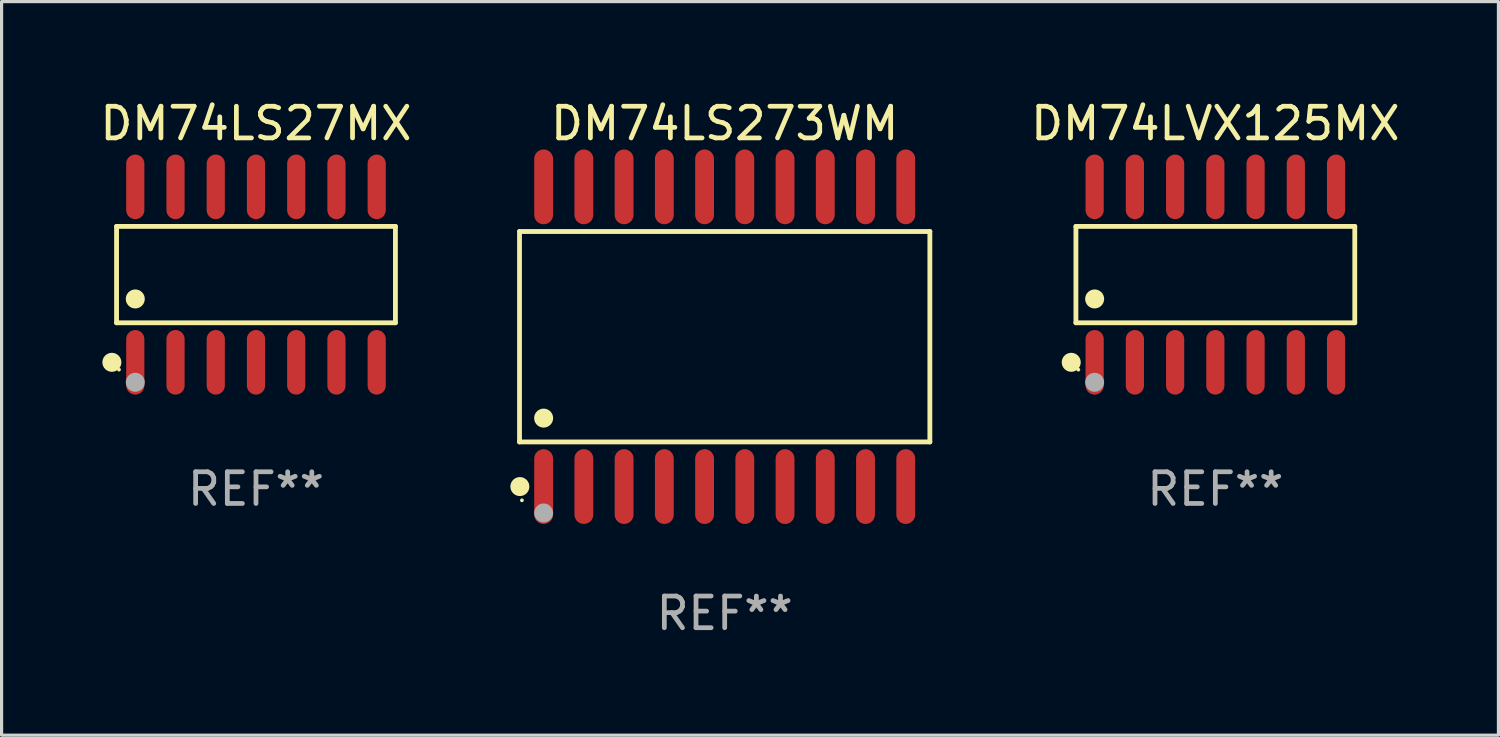
<source format=kicad_pcb>
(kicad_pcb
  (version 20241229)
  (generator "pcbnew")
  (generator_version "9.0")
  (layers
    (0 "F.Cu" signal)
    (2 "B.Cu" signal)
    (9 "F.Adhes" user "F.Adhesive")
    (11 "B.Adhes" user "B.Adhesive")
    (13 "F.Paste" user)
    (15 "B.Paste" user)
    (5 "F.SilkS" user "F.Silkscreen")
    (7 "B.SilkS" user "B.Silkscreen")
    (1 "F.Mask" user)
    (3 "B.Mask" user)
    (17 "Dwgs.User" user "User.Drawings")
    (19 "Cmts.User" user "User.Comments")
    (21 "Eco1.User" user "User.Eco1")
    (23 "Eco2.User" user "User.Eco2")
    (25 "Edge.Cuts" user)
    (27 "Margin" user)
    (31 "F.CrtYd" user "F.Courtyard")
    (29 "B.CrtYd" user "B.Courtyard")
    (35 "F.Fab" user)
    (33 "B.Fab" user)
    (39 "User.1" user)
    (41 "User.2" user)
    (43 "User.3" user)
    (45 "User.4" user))
  (footprint "DM74LS27MX"
    (layer "F.Cu")
    (at 5.03 5.617)
    (property "Reference" "DM74LS27MX" (at 0 -4.769 0) (layer "F.SilkS") (effects (font (size 1 1) (thickness 0.15))))
    (attr through_hole)
    (fp_line (start -4.401 -1.521) (end 4.401 -1.521) (stroke (width 0.152) (type solid)) (layer "F.SilkS"))
    (fp_line (start -4.401 1.521) (end -4.401 -1.521) (stroke (width 0.152) (type solid)) (layer "F.SilkS"))
    (fp_line (start 4.401 -1.521) (end 4.401 1.521) (stroke (width 0.152) (type solid)) (layer "F.SilkS"))
    (fp_line (start 4.401 1.521) (end -4.401 1.521) (stroke (width 0.152) (type solid)) (layer "F.SilkS"))
    (fp_circle (center -4.549 2.769) (end -4.399 2.769) (stroke (width 0.3) (type solid)) (fill no) (layer "F.SilkS"))
    (fp_circle (center -4.325 3) (end -4.295 3) (stroke (width 0.06) (type solid)) (fill no) (layer "F.SilkS"))
    (fp_circle (center -3.81 0.769) (end -3.66 0.769) (stroke (width 0.3) (type solid)) (fill no) (layer "F.SilkS"))
    (fp_circle (center -3.81 3.4) (end -3.66 3.4) (stroke (width 0.3) (type solid)) (fill no) (layer "F.Fab"))
    (fp_text user "REF**" (at 0 6.769 0) (layer "F.Fab") (effects (font (size 1 1) (thickness 0.15))))
    (pad "1" smd oval (at -3.81 2.769) (size 0.574 2.038) (layers "F.Cu" "F.Mask" "F.Paste"))
    (pad "2" smd oval (at -2.54 2.769) (size 0.574 2.038) (layers "F.Cu" "F.Mask" "F.Paste"))
    (pad "3" smd oval (at -1.27 2.769) (size 0.574 2.038) (layers "F.Cu" "F.Mask" "F.Paste"))
    (pad "4" smd oval (at 0 2.769) (size 0.574 2.038) (layers "F.Cu" "F.Mask" "F.Paste"))
    (pad "5" smd oval (at 1.27 2.769) (size 0.574 2.038) (layers "F.Cu" "F.Mask" "F.Paste"))
    (pad "6" smd oval (at 2.54 2.769) (size 0.574 2.038) (layers "F.Cu" "F.Mask" "F.Paste"))
    (pad "7" smd oval (at 3.81 2.769) (size 0.574 2.038) (layers "F.Cu" "F.Mask" "F.Paste"))
    (pad "8" smd oval (at 3.81 -2.769) (size 0.574 2.038) (layers "F.Cu" "F.Mask" "F.Paste"))
    (pad "9" smd oval (at 2.54 -2.769) (size 0.574 2.038) (layers "F.Cu" "F.Mask" "F.Paste"))
    (pad "10" smd oval (at 1.27 -2.769) (size 0.574 2.038) (layers "F.Cu" "F.Mask" "F.Paste"))
    (pad "11" smd oval (at 0 -2.769) (size 0.574 2.038) (layers "F.Cu" "F.Mask" "F.Paste"))
    (pad "12" smd oval (at -1.27 -2.769) (size 0.574 2.038) (layers "F.Cu" "F.Mask" "F.Paste"))
    (pad "13" smd oval (at -2.54 -2.769) (size 0.574 2.038) (layers "F.Cu" "F.Mask" "F.Paste"))
    (pad "14" smd oval (at -3.81 -2.769) (size 0.574 2.038) (layers "F.Cu" "F.Mask" "F.Paste")))
  (footprint "DM74LS273WM"
    (layer "F.Cu")
    (at 19.824 7.578)
    (property "Reference" "DM74LS273WM" (at 0 -6.73 0) (layer "F.SilkS") (effects (font (size 1 1) (thickness 0.15))))
    (attr through_hole)
    (fp_line (start -6.476 -3.321) (end 6.476 -3.321) (stroke (width 0.152) (type solid)) (layer "F.SilkS"))
    (fp_line (start -6.476 3.321) (end -6.476 -3.321) (stroke (width 0.152) (type solid)) (layer "F.SilkS"))
    (fp_line (start 6.476 -3.321) (end 6.476 3.321) (stroke (width 0.152) (type solid)) (layer "F.SilkS"))
    (fp_line (start 6.476 3.321) (end -6.476 3.321) (stroke (width 0.152) (type solid)) (layer "F.SilkS"))
    (fp_circle (center -6.465 4.73) (end -6.315 4.73) (stroke (width 0.3) (type solid)) (fill no) (layer "F.SilkS"))
    (fp_circle (center -6.4 5.163) (end -6.37 5.163) (stroke (width 0.06) (type solid)) (fill no) (layer "F.SilkS"))
    (fp_circle (center -5.715 2.569) (end -5.565 2.569) (stroke (width 0.3) (type solid)) (fill no) (layer "F.SilkS"))
    (fp_circle (center -5.715 5.563) (end -5.565 5.563) (stroke (width 0.3) (type solid)) (fill no) (layer "F.Fab"))
    (fp_text user "REF**" (at 0 8.73 0) (layer "F.Fab") (effects (font (size 1 1) (thickness 0.15))))
    (pad "1" smd oval (at -5.715 4.73) (size 0.595 2.36) (layers "F.Cu" "F.Mask" "F.Paste"))
    (pad "2" smd oval (at -4.445 4.73) (size 0.595 2.36) (layers "F.Cu" "F.Mask" "F.Paste"))
    (pad "3" smd oval (at -3.175 4.73) (size 0.595 2.36) (layers "F.Cu" "F.Mask" "F.Paste"))
    (pad "4" smd oval (at -1.905 4.73) (size 0.595 2.36) (layers "F.Cu" "F.Mask" "F.Paste"))
    (pad "5" smd oval (at -0.635 4.73) (size 0.595 2.36) (layers "F.Cu" "F.Mask" "F.Paste"))
    (pad "6" smd oval (at 0.635 4.73) (size 0.595 2.36) (layers "F.Cu" "F.Mask" "F.Paste"))
    (pad "7" smd oval (at 1.905 4.73) (size 0.595 2.36) (layers "F.Cu" "F.Mask" "F.Paste"))
    (pad "8" smd oval (at 3.175 4.73) (size 0.595 2.36) (layers "F.Cu" "F.Mask" "F.Paste"))
    (pad "9" smd oval (at 4.445 4.73) (size 0.595 2.36) (layers "F.Cu" "F.Mask" "F.Paste"))
    (pad "10" smd oval (at 5.715 4.73) (size 0.595 2.36) (layers "F.Cu" "F.Mask" "F.Paste"))
    (pad "11" smd oval (at 5.715 -4.73) (size 0.595 2.36) (layers "F.Cu" "F.Mask" "F.Paste"))
    (pad "12" smd oval (at 4.445 -4.73) (size 0.595 2.36) (layers "F.Cu" "F.Mask" "F.Paste"))
    (pad "13" smd oval (at 3.175 -4.73) (size 0.595 2.36) (layers "F.Cu" "F.Mask" "F.Paste"))
    (pad "14" smd oval (at 1.905 -4.73) (size 0.595 2.36) (layers "F.Cu" "F.Mask" "F.Paste"))
    (pad "15" smd oval (at 0.635 -4.73) (size 0.595 2.36) (layers "F.Cu" "F.Mask" "F.Paste"))
    (pad "16" smd oval (at -0.635 -4.73) (size 0.595 2.36) (layers "F.Cu" "F.Mask" "F.Paste"))
    (pad "17" smd oval (at -1.905 -4.73) (size 0.595 2.36) (layers "F.Cu" "F.Mask" "F.Paste"))
    (pad "18" smd oval (at -3.175 -4.73) (size 0.595 2.36) (layers "F.Cu" "F.Mask" "F.Paste"))
    (pad "19" smd oval (at -4.445 -4.73) (size 0.595 2.36) (layers "F.Cu" "F.Mask" "F.Paste"))
    (pad "20" smd oval (at -5.715 -4.73) (size 0.595 2.36) (layers "F.Cu" "F.Mask" "F.Paste")))
  (footprint "DM74LVX125MX"
    (layer "F.Cu")
    (at 35.311 5.617)
    (property "Reference" "DM74LVX125MX" (at 0 -4.769 0) (layer "F.SilkS") (effects (font (size 1 1) (thickness 0.15))))
    (attr through_hole)
    (fp_line (start -4.401 -1.521) (end 4.401 -1.521) (stroke (width 0.152) (type solid)) (layer "F.SilkS"))
    (fp_line (start -4.401 1.521) (end -4.401 -1.521) (stroke (width 0.152) (type solid)) (layer "F.SilkS"))
    (fp_line (start 4.401 -1.521) (end 4.401 1.521) (stroke (width 0.152) (type solid)) (layer "F.SilkS"))
    (fp_line (start 4.401 1.521) (end -4.401 1.521) (stroke (width 0.152) (type solid)) (layer "F.SilkS"))
    (fp_circle (center -4.549 2.769) (end -4.399 2.769) (stroke (width 0.3) (type solid)) (fill no) (layer "F.SilkS"))
    (fp_circle (center -4.325 3) (end -4.295 3) (stroke (width 0.06) (type solid)) (fill no) (layer "F.SilkS"))
    (fp_circle (center -3.81 0.769) (end -3.66 0.769) (stroke (width 0.3) (type solid)) (fill no) (layer "F.SilkS"))
    (fp_circle (center -3.81 3.4) (end -3.66 3.4) (stroke (width 0.3) (type solid)) (fill no) (layer "F.Fab"))
    (fp_text user "REF**" (at 0 6.769 0) (layer "F.Fab") (effects (font (size 1 1) (thickness 0.15))))
    (pad "1" smd oval (at -3.81 2.769) (size 0.574 2.038) (layers "F.Cu" "F.Mask" "F.Paste"))
    (pad "2" smd oval (at -2.54 2.769) (size 0.574 2.038) (layers "F.Cu" "F.Mask" "F.Paste"))
    (pad "3" smd oval (at -1.27 2.769) (size 0.574 2.038) (layers "F.Cu" "F.Mask" "F.Paste"))
    (pad "4" smd oval (at 0 2.769) (size 0.574 2.038) (layers "F.Cu" "F.Mask" "F.Paste"))
    (pad "5" smd oval (at 1.27 2.769) (size 0.574 2.038) (layers "F.Cu" "F.Mask" "F.Paste"))
    (pad "6" smd oval (at 2.54 2.769) (size 0.574 2.038) (layers "F.Cu" "F.Mask" "F.Paste"))
    (pad "7" smd oval (at 3.81 2.769) (size 0.574 2.038) (layers "F.Cu" "F.Mask" "F.Paste"))
    (pad "8" smd oval (at 3.81 -2.769) (size 0.574 2.038) (layers "F.Cu" "F.Mask" "F.Paste"))
    (pad "9" smd oval (at 2.54 -2.769) (size 0.574 2.038) (layers "F.Cu" "F.Mask" "F.Paste"))
    (pad "10" smd oval (at 1.27 -2.769) (size 0.574 2.038) (layers "F.Cu" "F.Mask" "F.Paste"))
    (pad "11" smd oval (at 0 -2.769) (size 0.574 2.038) (layers "F.Cu" "F.Mask" "F.Paste"))
    (pad "12" smd oval (at -1.27 -2.769) (size 0.574 2.038) (layers "F.Cu" "F.Mask" "F.Paste"))
    (pad "13" smd oval (at -2.54 -2.769) (size 0.574 2.038) (layers "F.Cu" "F.Mask" "F.Paste"))
    (pad "14" smd oval (at -3.81 -2.769) (size 0.574 2.038) (layers "F.Cu" "F.Mask" "F.Paste")))
  (gr_rect
    (start -3 -3)
    (end 44.246 20.156)
    (stroke (width 0.1) (type default))
    (fill no)
    (layer "Edge.Cuts")))
</source>
